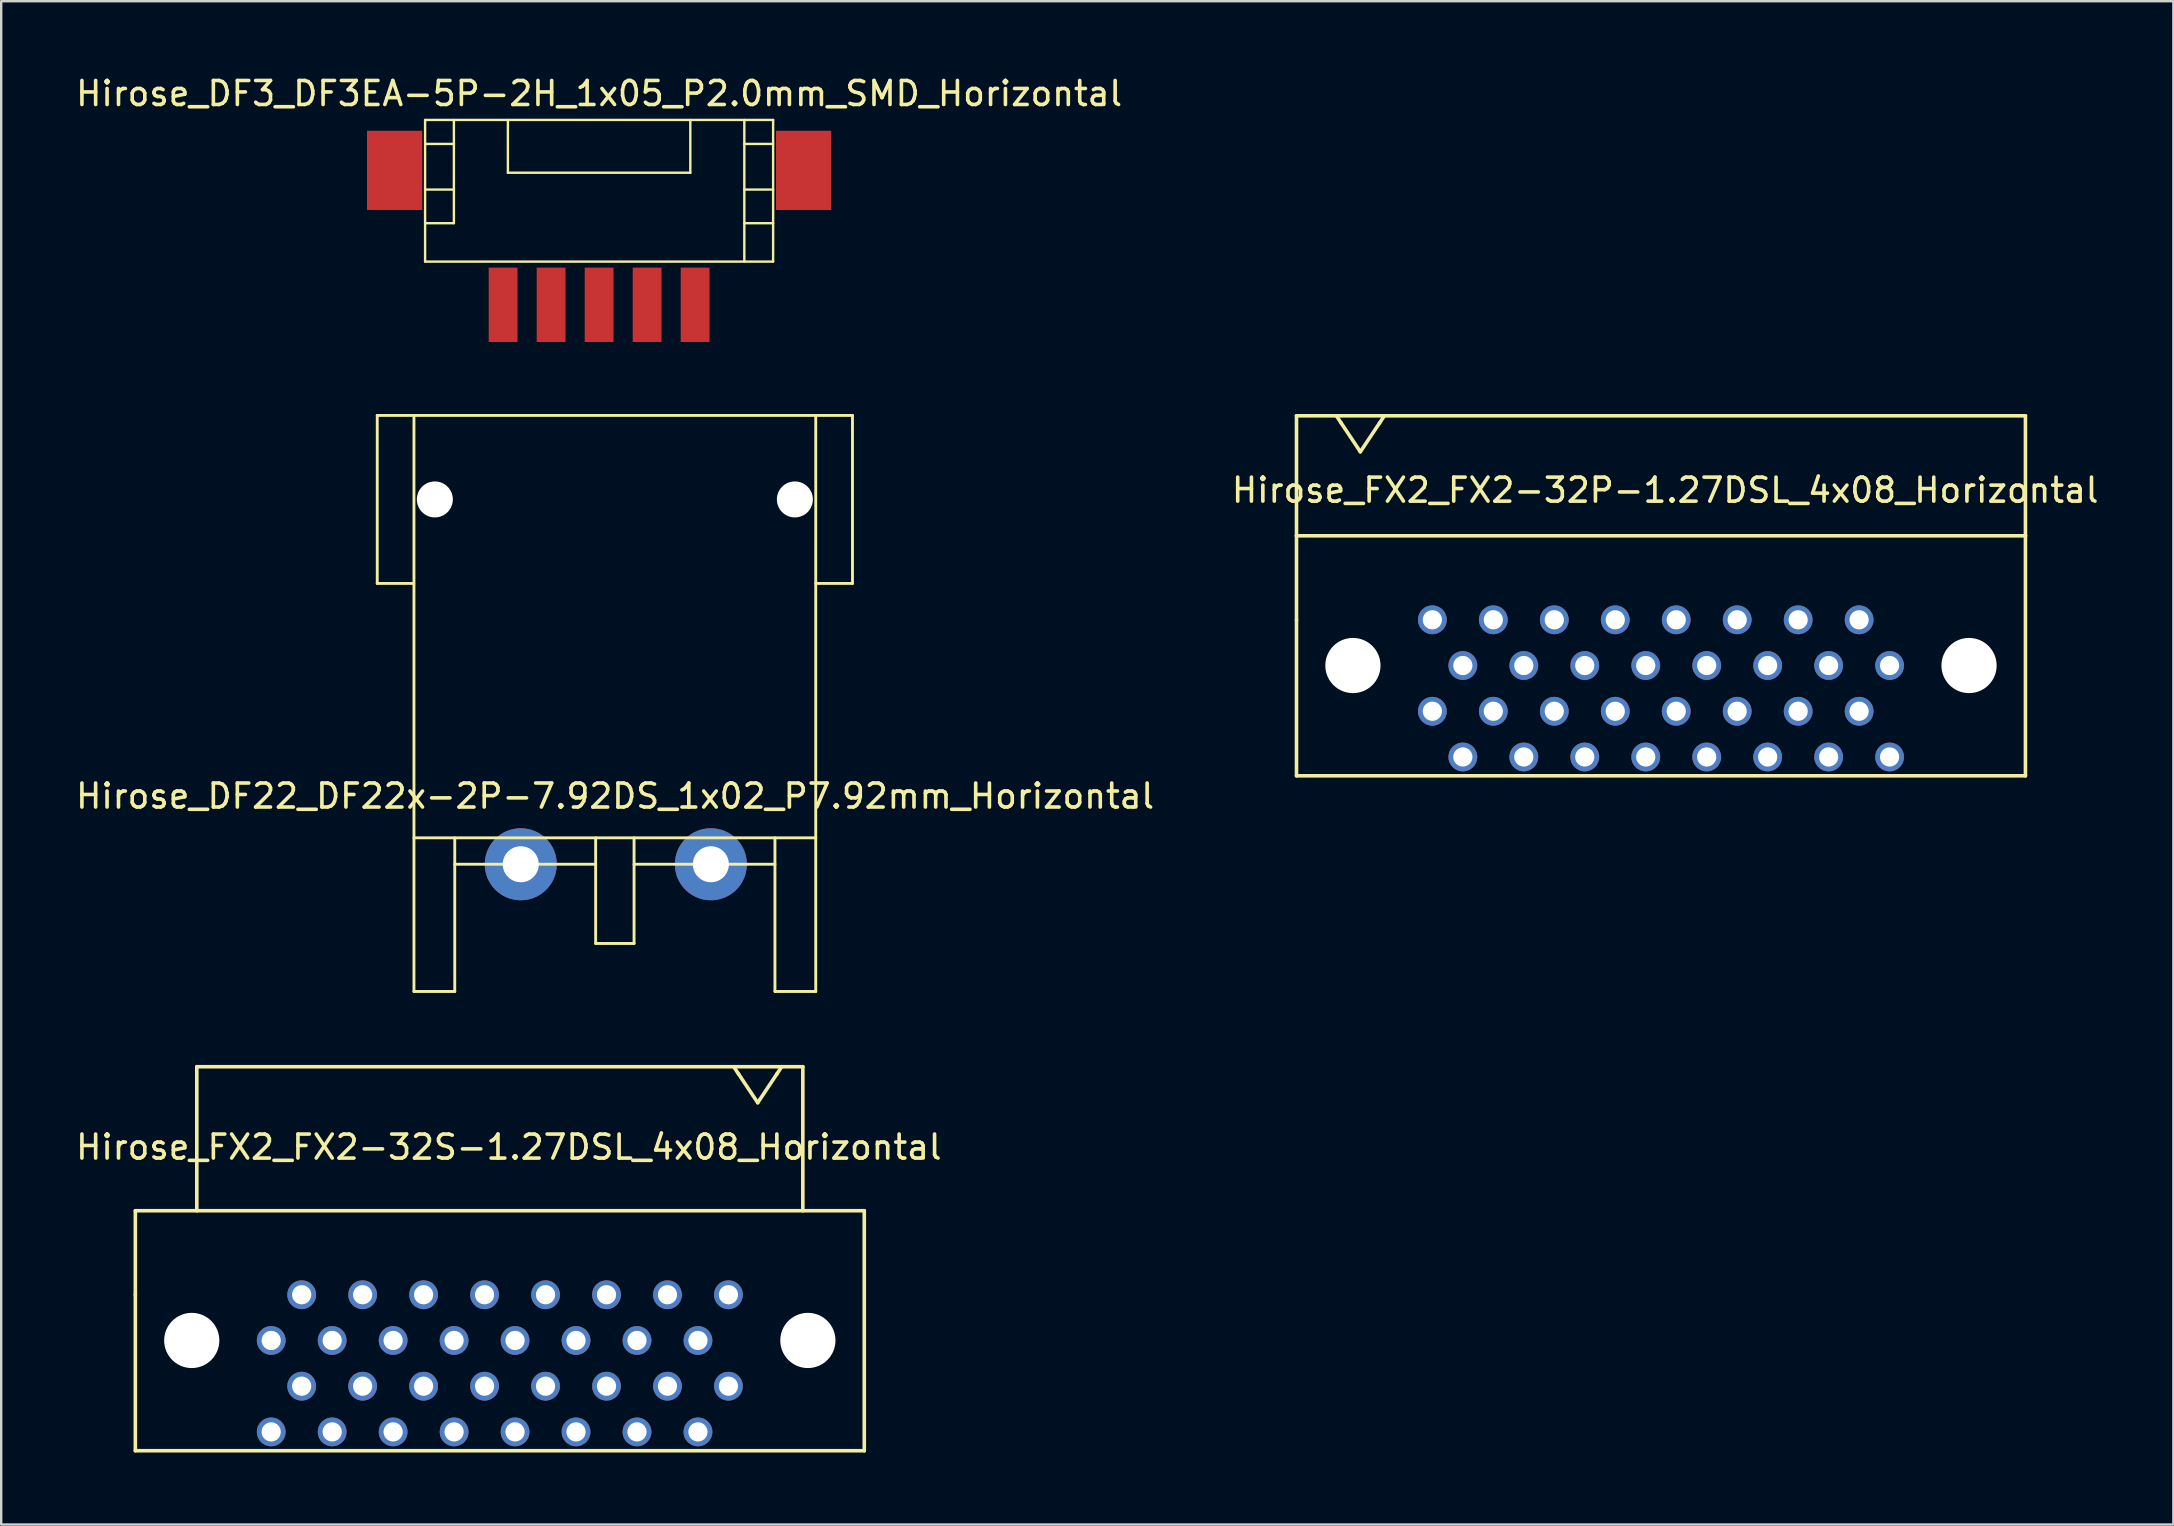
<source format=kicad_pcb>
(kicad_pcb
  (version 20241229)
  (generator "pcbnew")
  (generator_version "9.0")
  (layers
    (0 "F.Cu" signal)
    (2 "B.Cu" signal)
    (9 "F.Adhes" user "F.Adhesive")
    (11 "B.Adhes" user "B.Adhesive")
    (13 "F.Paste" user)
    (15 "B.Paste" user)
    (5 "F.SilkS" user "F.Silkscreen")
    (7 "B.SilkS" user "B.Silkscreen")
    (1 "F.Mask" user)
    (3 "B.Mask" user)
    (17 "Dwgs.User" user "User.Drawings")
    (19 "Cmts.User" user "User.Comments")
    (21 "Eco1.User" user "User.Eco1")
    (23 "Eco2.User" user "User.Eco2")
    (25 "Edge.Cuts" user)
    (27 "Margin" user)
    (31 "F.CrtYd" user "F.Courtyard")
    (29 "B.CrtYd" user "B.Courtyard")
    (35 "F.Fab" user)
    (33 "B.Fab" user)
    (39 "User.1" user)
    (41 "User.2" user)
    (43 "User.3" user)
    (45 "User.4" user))
  (footprint "Hirose_FX2_FX2-32P-1.27DSL_4x08_Horizontal"
    (layer "F.Cu")
    (at 50.967 19.273)
    (property "Reference" "Hirose_FX2_FX2-32P-1.27DSL_4x08_Horizontal" (at 15.36 -1.9 0) (layer "F.SilkS") (effects (font (size 1 1) (thickness 0.15))))
    (attr through_hole)
    (fp_line (start 0 -5) (end 30.37 -5) (stroke (width 0.15) (type solid)) (layer "F.SilkS"))
    (fp_line (start 0 0) (end 0 -5) (stroke (width 0.15) (type solid)) (layer "F.SilkS"))
    (fp_line (start 0 0) (end 0 3.5) (stroke (width 0.15) (type solid)) (layer "F.SilkS"))
    (fp_line (start 0 0) (end 30.37 0) (stroke (width 0.15) (type solid)) (layer "F.SilkS"))
    (fp_line (start 0 10) (end 0 3.5) (stroke (width 0.15) (type solid)) (layer "F.SilkS"))
    (fp_line (start 1.66 -5) (end 1.86 -4.7) (stroke (width 0.15) (type solid)) (layer "F.SilkS"))
    (fp_line (start 1.86 -4.7) (end 2.66 -3.5) (stroke (width 0.15) (type solid)) (layer "F.SilkS"))
    (fp_line (start 2.66 -3.5) (end 3.46 -4.7) (stroke (width 0.15) (type solid)) (layer "F.SilkS"))
    (fp_line (start 3.46 -4.7) (end 3.66 -5) (stroke (width 0.15) (type solid)) (layer "F.SilkS"))
    (fp_line (start 30.37 -5) (end 30.37 0.01) (stroke (width 0.15) (type solid)) (layer "F.SilkS"))
    (fp_line (start 30.37 0) (end 30.37 10) (stroke (width 0.15) (type solid)) (layer "F.SilkS"))
    (fp_line (start 30.37 10) (end 0 10) (stroke (width 0.15) (type solid)) (layer "F.SilkS"))
    (pad "" np_thru_hole circle (at 2.35 5.405) (size 2.3 2.3) (drill 2.3) (layers "*.Cu" "*.Mask"))
    (pad "" np_thru_hole circle (at 28.02 5.405) (size 2.3 2.3) (drill 2.3) (layers "*.Cu" "*.Mask"))
    (pad "1" thru_hole circle (at 5.66 7.31) (size 1.2 1.2) (drill 0.8) (layers "*.Cu" "*.Mask"))
    (pad "2" thru_hole circle (at 6.93 9.215) (size 1.2 1.2) (drill 0.8) (layers "*.Cu" "*.Mask"))
    (pad "3" thru_hole circle (at 8.2 7.31) (size 1.2 1.2) (drill 0.8) (layers "*.Cu" "*.Mask"))
    (pad "4" thru_hole circle (at 9.47 9.215) (size 1.2 1.2) (drill 0.8) (layers "*.Cu" "*.Mask"))
    (pad "5" thru_hole circle (at 10.74 7.31) (size 1.2 1.2) (drill 0.8) (layers "*.Cu" "*.Mask"))
    (pad "6" thru_hole circle (at 12.01 9.215) (size 1.2 1.2) (drill 0.8) (layers "*.Cu" "*.Mask"))
    (pad "7" thru_hole circle (at 13.28 7.31) (size 1.2 1.2) (drill 0.8) (layers "*.Cu" "*.Mask"))
    (pad "8" thru_hole circle (at 14.55 9.215) (size 1.2 1.2) (drill 0.8) (layers "*.Cu" "*.Mask"))
    (pad "9" thru_hole circle (at 15.82 7.31) (size 1.2 1.2) (drill 0.8) (layers "*.Cu" "*.Mask"))
    (pad "10" thru_hole circle (at 17.09 9.215) (size 1.2 1.2) (drill 0.8) (layers "*.Cu" "*.Mask"))
    (pad "11" thru_hole circle (at 18.36 7.31) (size 1.2 1.2) (drill 0.8) (layers "*.Cu" "*.Mask"))
    (pad "12" thru_hole circle (at 19.63 9.215) (size 1.2 1.2) (drill 0.8) (layers "*.Cu" "*.Mask"))
    (pad "13" thru_hole circle (at 20.9 7.31) (size 1.2 1.2) (drill 0.8) (layers "*.Cu" "*.Mask"))
    (pad "14" thru_hole circle (at 22.17 9.215) (size 1.2 1.2) (drill 0.8) (layers "*.Cu" "*.Mask"))
    (pad "15" thru_hole circle (at 23.44 7.31) (size 1.2 1.2) (drill 0.8) (layers "*.Cu" "*.Mask"))
    (pad "16" thru_hole circle (at 24.71 9.215) (size 1.2 1.2) (drill 0.8) (layers "*.Cu" "*.Mask"))
    (pad "17" thru_hole circle (at 5.66 3.5) (size 1.2 1.2) (drill 0.8) (layers "*.Cu" "*.Mask"))
    (pad "18" thru_hole circle (at 6.93 5.405) (size 1.2 1.2) (drill 0.8) (layers "*.Cu" "*.Mask"))
    (pad "19" thru_hole circle (at 8.2 3.5) (size 1.2 1.2) (drill 0.8) (layers "*.Cu" "*.Mask"))
    (pad "20" thru_hole circle (at 9.47 5.405) (size 1.2 1.2) (drill 0.8) (layers "*.Cu" "*.Mask"))
    (pad "21" thru_hole circle (at 10.74 3.5) (size 1.2 1.2) (drill 0.8) (layers "*.Cu" "*.Mask"))
    (pad "22" thru_hole circle (at 12.01 5.405) (size 1.2 1.2) (drill 0.8) (layers "*.Cu" "*.Mask"))
    (pad "23" thru_hole circle (at 13.28 3.5) (size 1.2 1.2) (drill 0.8) (layers "*.Cu" "*.Mask"))
    (pad "24" thru_hole circle (at 14.55 5.405) (size 1.2 1.2) (drill 0.8) (layers "*.Cu" "*.Mask"))
    (pad "25" thru_hole circle (at 15.82 3.5) (size 1.2 1.2) (drill 0.8) (layers "*.Cu" "*.Mask"))
    (pad "26" thru_hole circle (at 17.09 5.405) (size 1.2 1.2) (drill 0.8) (layers "*.Cu" "*.Mask"))
    (pad "27" thru_hole circle (at 18.36 3.5) (size 1.2 1.2) (drill 0.8) (layers "*.Cu" "*.Mask"))
    (pad "28" thru_hole circle (at 19.63 5.405) (size 1.2 1.2) (drill 0.8) (layers "*.Cu" "*.Mask"))
    (pad "29" thru_hole circle (at 20.9 3.5) (size 1.2 1.2) (drill 0.8) (layers "*.Cu" "*.Mask"))
    (pad "30" thru_hole circle (at 22.17 5.405) (size 1.2 1.2) (drill 0.8) (layers "*.Cu" "*.Mask"))
    (pad "31" thru_hole circle (at 23.44 3.5) (size 1.2 1.2) (drill 0.8) (layers "*.Cu" "*.Mask"))
    (pad "32" thru_hole circle (at 24.71 5.405) (size 1.2 1.2) (drill 0.8) (layers "*.Cu" "*.Mask")))
  (footprint "Hirose_DF3_DF3EA-5P-2H_1x05_P2.0mm_SMD_Horizontal"
    (layer "F.Cu")
    (at 21.911 4.048)
    (property "Reference" "Hirose_DF3_DF3EA-5P-2H_1x05_P2.0mm_SMD_Horizontal" (at 0 -3.2 0) (layer "F.SilkS") (effects (font (size 1 1) (thickness 0.15))))
    (attr smd)
    (fp_line (start -7.25 -2.1) (end -7.25 3.8) (stroke (width 0.1) (type solid)) (layer "F.SilkS"))
    (fp_line (start -7.25 -2.1) (end 7.25 -2.1) (stroke (width 0.1) (type solid)) (layer "F.SilkS"))
    (fp_line (start -7.25 -1.1) (end -6.05 -1.1) (stroke (width 0.1) (type solid)) (layer "F.SilkS"))
    (fp_line (start -7.25 0.8) (end -6.05 0.8) (stroke (width 0.1) (type solid)) (layer "F.SilkS"))
    (fp_line (start -7.25 2.2) (end -6.05 2.2) (stroke (width 0.1) (type solid)) (layer "F.SilkS"))
    (fp_line (start -7.25 3.8) (end 7.25 3.8) (stroke (width 0.1) (type solid)) (layer "F.SilkS"))
    (fp_line (start -6.05 2.2) (end -6.05 -2.1) (stroke (width 0.1) (type solid)) (layer "F.SilkS"))
    (fp_line (start -3.8 -2.1) (end -3.8 0.1) (stroke (width 0.1) (type solid)) (layer "F.SilkS"))
    (fp_line (start -3.8 0.1) (end 3.8 0.1) (stroke (width 0.1) (type solid)) (layer "F.SilkS"))
    (fp_line (start 3.8 -2.1) (end 3.8 0.1) (stroke (width 0.1) (type solid)) (layer "F.SilkS"))
    (fp_line (start 6.05 -1.1) (end 7.25 -1.1) (stroke (width 0.1) (type solid)) (layer "F.SilkS"))
    (fp_line (start 6.05 0.8) (end 7.25 0.8) (stroke (width 0.1) (type solid)) (layer "F.SilkS"))
    (fp_line (start 6.05 2.2) (end 7.25 2.2) (stroke (width 0.1) (type solid)) (layer "F.SilkS"))
    (fp_line (start 6.05 3.8) (end 6.05 -2.1) (stroke (width 0.1) (type solid)) (layer "F.SilkS"))
    (fp_line (start 7.25 -2.1) (end 7.25 3.8) (stroke (width 0.1) (type solid)) (layer "F.SilkS"))
    (pad "" smd rect (at -8.52 0) (size 2.3 3.3) (layers "F.Cu" "F.Mask" "F.Paste"))
    (pad "" smd rect (at 8.52 0) (size 2.3 3.3) (layers "F.Cu" "F.Mask" "F.Paste"))
    (pad "1" smd rect (at 4 5.6) (size 1.2 3.1) (layers "F.Cu" "F.Mask" "F.Paste"))
    (pad "2" smd rect (at 2 5.6) (size 1.2 3.1) (layers "F.Cu" "F.Mask" "F.Paste"))
    (pad "3" smd rect (at 0 5.6) (size 1.2 3.1) (layers "F.Cu" "F.Mask" "F.Paste"))
    (pad "4" smd rect (at -2 5.6) (size 1.2 3.1) (layers "F.Cu" "F.Mask" "F.Paste"))
    (pad "5" smd rect (at -4 5.6) (size 1.2 3.1) (layers "F.Cu" "F.Mask" "F.Paste")))
  (footprint "Hirose_DF22_DF22x-2P-7.92DS_1x02_P7.92mm_Horizontal"
    (layer "F.Cu")
    (at 18.607 32.958)
    (property "Reference" "Hirose_DF22_DF22x-2P-7.92DS_1x02_P7.92mm_Horizontal" (at 3.97 -2.84 0) (layer "F.SilkS") (effects (font (size 1 1) (thickness 0.15))))
    (attr through_hole)
    (fp_line (start -5.94 -18.7) (end -5.94 -11.7) (stroke (width 0.12) (type solid)) (layer "F.SilkS"))
    (fp_line (start -5.94 -18.7) (end 13.86 -18.7) (stroke (width 0.12) (type solid)) (layer "F.SilkS"))
    (fp_line (start -5.94 -11.7) (end -4.42 -11.7) (stroke (width 0.12) (type solid)) (layer "F.SilkS"))
    (fp_line (start -4.41 -18.7) (end -4.41 5.3) (stroke (width 0.12) (type solid)) (layer "F.SilkS"))
    (fp_line (start -4.41 -1.1) (end 12.33 -1.1) (stroke (width 0.12) (type solid)) (layer "F.SilkS"))
    (fp_line (start -2.71 -1.1) (end -2.71 5.3) (stroke (width 0.12) (type solid)) (layer "F.SilkS"))
    (fp_line (start -2.71 5.3) (end -4.41 5.3) (stroke (width 0.12) (type solid)) (layer "F.SilkS"))
    (fp_line (start 3.16 0) (end -2.71 0) (stroke (width 0.12) (type solid)) (layer "F.SilkS"))
    (fp_line (start 3.16 3.3) (end 3.16 -1.1) (stroke (width 0.12) (type solid)) (layer "F.SilkS"))
    (fp_line (start 3.16 3.3) (end 4.76 3.3) (stroke (width 0.12) (type solid)) (layer "F.SilkS"))
    (fp_line (start 4.76 0) (end 10.63 0) (stroke (width 0.12) (type solid)) (layer "F.SilkS"))
    (fp_line (start 4.76 3.3) (end 4.76 -1.1) (stroke (width 0.12) (type solid)) (layer "F.SilkS"))
    (fp_line (start 10.63 5.3) (end 10.63 -1.1) (stroke (width 0.12) (type solid)) (layer "F.SilkS"))
    (fp_line (start 10.63 5.3) (end 12.33 5.3) (stroke (width 0.12) (type solid)) (layer "F.SilkS"))
    (fp_line (start 12.33 5.3) (end 12.33 -18.7) (stroke (width 0.12) (type solid)) (layer "F.SilkS"))
    (fp_line (start 13.86 -18.7) (end 13.86 -11.7) (stroke (width 0.12) (type solid)) (layer "F.SilkS"))
    (fp_line (start 13.86 -11.7) (end 12.33 -11.7) (stroke (width 0.12) (type solid)) (layer "F.SilkS"))
    (pad "" np_thru_hole circle (at -3.54 -15.2) (size 1.5 1.5) (drill 1.5) (layers "*.Cu" "*.Mask"))
    (pad "" np_thru_hole circle (at 11.46 -15.2) (size 1.5 1.5) (drill 1.5) (layers "*.Cu" "*.Mask"))
    (pad "1" thru_hole circle (at 0.04 0) (size 3 3) (drill 1.5) (layers "*.Cu" "*.Mask"))
    (pad "2" thru_hole circle (at 7.96 0) (size 3 3) (drill 1.5) (layers "*.Cu" "*.Mask")))
  (footprint "Hirose_FX2_FX2-32S-1.27DSL_4x08_Horizontal"
    (layer "F.Cu")
    (at 2.589 47.393)
    (property "Reference" "Hirose_FX2_FX2-32S-1.27DSL_4x08_Horizontal" (at 15.56 -2.65 0) (layer "F.SilkS") (effects (font (size 1 1) (thickness 0.15))))
    (attr through_hole)
    (fp_line (start 0 0) (end 0 3.5) (stroke (width 0.15) (type solid)) (layer "F.SilkS"))
    (fp_line (start 0 0) (end 30.37 0) (stroke (width 0.15) (type solid)) (layer "F.SilkS"))
    (fp_line (start 0 10) (end 0 3.5) (stroke (width 0.15) (type solid)) (layer "F.SilkS"))
    (fp_line (start 2.56 -6) (end 27.81 -6) (stroke (width 0.15) (type solid)) (layer "F.SilkS"))
    (fp_line (start 2.56 0) (end 2.56 -6) (stroke (width 0.15) (type solid)) (layer "F.SilkS"))
    (fp_line (start 25.13 -5.7) (end 24.93 -6) (stroke (width 0.15) (type solid)) (layer "F.SilkS"))
    (fp_line (start 25.93 -4.5) (end 25.13 -5.7) (stroke (width 0.15) (type solid)) (layer "F.SilkS"))
    (fp_line (start 26.73 -5.7) (end 25.93 -4.5) (stroke (width 0.15) (type solid)) (layer "F.SilkS"))
    (fp_line (start 26.93 -6) (end 26.73 -5.7) (stroke (width 0.15) (type solid)) (layer "F.SilkS"))
    (fp_line (start 27.81 -6) (end 27.81 0) (stroke (width 0.15) (type solid)) (layer "F.SilkS"))
    (fp_line (start 30.37 0) (end 30.37 10) (stroke (width 0.15) (type solid)) (layer "F.SilkS"))
    (fp_line (start 30.37 10) (end 0 10) (stroke (width 0.15) (type solid)) (layer "F.SilkS"))
    (pad "" np_thru_hole circle (at 2.35 5.405) (size 2.3 2.3) (drill 2.3) (layers "*.Cu" "*.Mask"))
    (pad "" np_thru_hole circle (at 28.02 5.405) (size 2.3 2.3) (drill 2.3) (layers "*.Cu" "*.Mask"))
    (pad "1" thru_hole circle (at 24.71 7.31) (size 1.2 1.2) (drill 0.8) (layers "*.Cu" "*.Mask"))
    (pad "2" thru_hole circle (at 23.44 9.215) (size 1.2 1.2) (drill 0.8) (layers "*.Cu" "*.Mask"))
    (pad "3" thru_hole circle (at 22.17 7.31) (size 1.2 1.2) (drill 0.8) (layers "*.Cu" "*.Mask"))
    (pad "4" thru_hole circle (at 20.9 9.215) (size 1.2 1.2) (drill 0.8) (layers "*.Cu" "*.Mask"))
    (pad "5" thru_hole circle (at 19.63 7.31) (size 1.2 1.2) (drill 0.8) (layers "*.Cu" "*.Mask"))
    (pad "6" thru_hole circle (at 18.36 9.215) (size 1.2 1.2) (drill 0.8) (layers "*.Cu" "*.Mask"))
    (pad "7" thru_hole circle (at 17.09 7.31) (size 1.2 1.2) (drill 0.8) (layers "*.Cu" "*.Mask"))
    (pad "8" thru_hole circle (at 15.82 9.215) (size 1.2 1.2) (drill 0.8) (layers "*.Cu" "*.Mask"))
    (pad "9" thru_hole circle (at 14.55 7.31) (size 1.2 1.2) (drill 0.8) (layers "*.Cu" "*.Mask"))
    (pad "10" thru_hole circle (at 13.28 9.215) (size 1.2 1.2) (drill 0.8) (layers "*.Cu" "*.Mask"))
    (pad "11" thru_hole circle (at 12.01 7.31) (size 1.2 1.2) (drill 0.8) (layers "*.Cu" "*.Mask"))
    (pad "12" thru_hole circle (at 10.74 9.215) (size 1.2 1.2) (drill 0.8) (layers "*.Cu" "*.Mask"))
    (pad "13" thru_hole circle (at 9.47 7.31) (size 1.2 1.2) (drill 0.8) (layers "*.Cu" "*.Mask"))
    (pad "14" thru_hole circle (at 8.2 9.215) (size 1.2 1.2) (drill 0.8) (layers "*.Cu" "*.Mask"))
    (pad "15" thru_hole circle (at 6.93 7.31) (size 1.2 1.2) (drill 0.8) (layers "*.Cu" "*.Mask"))
    (pad "16" thru_hole circle (at 5.66 9.215) (size 1.2 1.2) (drill 0.8) (layers "*.Cu" "*.Mask"))
    (pad "17" thru_hole circle (at 24.71 3.5) (size 1.2 1.2) (drill 0.8) (layers "*.Cu" "*.Mask"))
    (pad "18" thru_hole circle (at 23.44 5.405) (size 1.2 1.2) (drill 0.8) (layers "*.Cu" "*.Mask"))
    (pad "19" thru_hole circle (at 22.17 3.5) (size 1.2 1.2) (drill 0.8) (layers "*.Cu" "*.Mask"))
    (pad "20" thru_hole circle (at 20.9 5.405) (size 1.2 1.2) (drill 0.8) (layers "*.Cu" "*.Mask"))
    (pad "21" thru_hole circle (at 19.63 3.5) (size 1.2 1.2) (drill 0.8) (layers "*.Cu" "*.Mask"))
    (pad "22" thru_hole circle (at 18.36 5.405) (size 1.2 1.2) (drill 0.8) (layers "*.Cu" "*.Mask"))
    (pad "23" thru_hole circle (at 17.09 3.5) (size 1.2 1.2) (drill 0.8) (layers "*.Cu" "*.Mask"))
    (pad "24" thru_hole circle (at 15.82 5.405) (size 1.2 1.2) (drill 0.8) (layers "*.Cu" "*.Mask"))
    (pad "25" thru_hole circle (at 14.55 3.5) (size 1.2 1.2) (drill 0.8) (layers "*.Cu" "*.Mask"))
    (pad "26" thru_hole circle (at 13.28 5.405) (size 1.2 1.2) (drill 0.8) (layers "*.Cu" "*.Mask"))
    (pad "27" thru_hole circle (at 12.01 3.5) (size 1.2 1.2) (drill 0.8) (layers "*.Cu" "*.Mask"))
    (pad "28" thru_hole circle (at 10.74 5.405) (size 1.2 1.2) (drill 0.8) (layers "*.Cu" "*.Mask"))
    (pad "29" thru_hole circle (at 9.47 3.5) (size 1.2 1.2) (drill 0.8) (layers "*.Cu" "*.Mask"))
    (pad "30" thru_hole circle (at 8.2 5.405) (size 1.2 1.2) (drill 0.8) (layers "*.Cu" "*.Mask"))
    (pad "31" thru_hole circle (at 6.93 3.5) (size 1.2 1.2) (drill 0.8) (layers "*.Cu" "*.Mask"))
    (pad "32" thru_hole circle (at 5.66 5.405) (size 1.2 1.2) (drill 0.8) (layers "*.Cu" "*.Mask")))
  (gr_rect
    (start -3 -3)
    (end 87.5 60.468)
    (stroke (width 0.1) (type default))
    (fill no)
    (layer "Edge.Cuts")))
</source>
